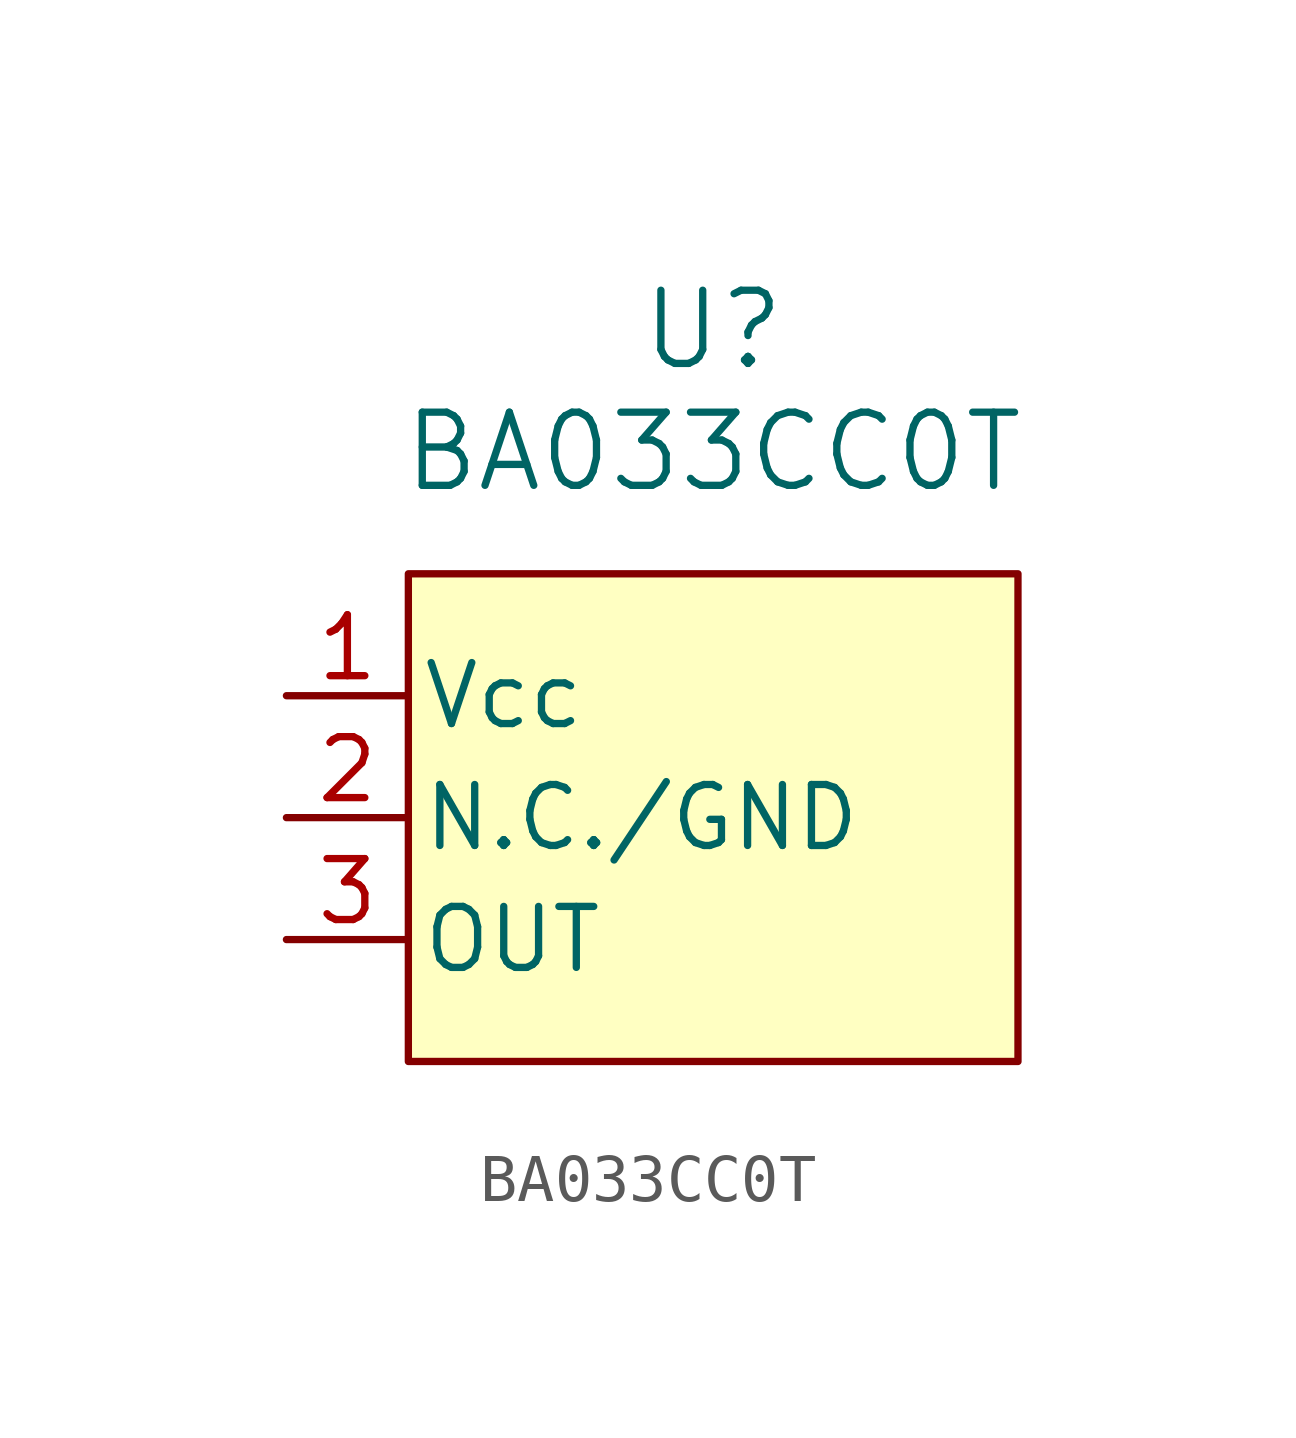
<source format=kicad_sym>
(kicad_symbol_lib
  (version 20231120)
  (generator "kicad_symbol_editor")
  (generator_version "8.0")
  (symbol "BA033CC0T"
    (pin_names
      (offset 0.254))
    (property "Reference" "U"
      (at 0 7.62 0)
      (effects (font (size 1.524 1.524))))
    (property "Value" "BA033CC0T"
      (at 0 5.08 0)
      (effects (font (size 1.524 1.524))))
    (symbol "BA033CC0T_0_1"
      (rectangle (start -6.35 2.54) (end 6.35 -7.62) (stroke (width 0) (type default)) (fill (type background)))
      (pin power_in line (at -8.89 0 0) (length 2.54) (name "Vcc" (effects (font (size 1.27 1.27)))) (number "1" (effects (font (size 1.27 1.27)))))
      (pin power_in line (at -8.89 -2.54 0) (length 2.54) (name "N.C./GND" (effects (font (size 1.27 1.27)))) (number "2" (effects (font (size 1.27 1.27)))))
      (pin output line (at -8.89 -5.08 0) (length 2.54) (name "OUT" (effects (font (size 1.27 1.27)))) (number "3" (effects (font (size 1.27 1.27))))))))
</source>
